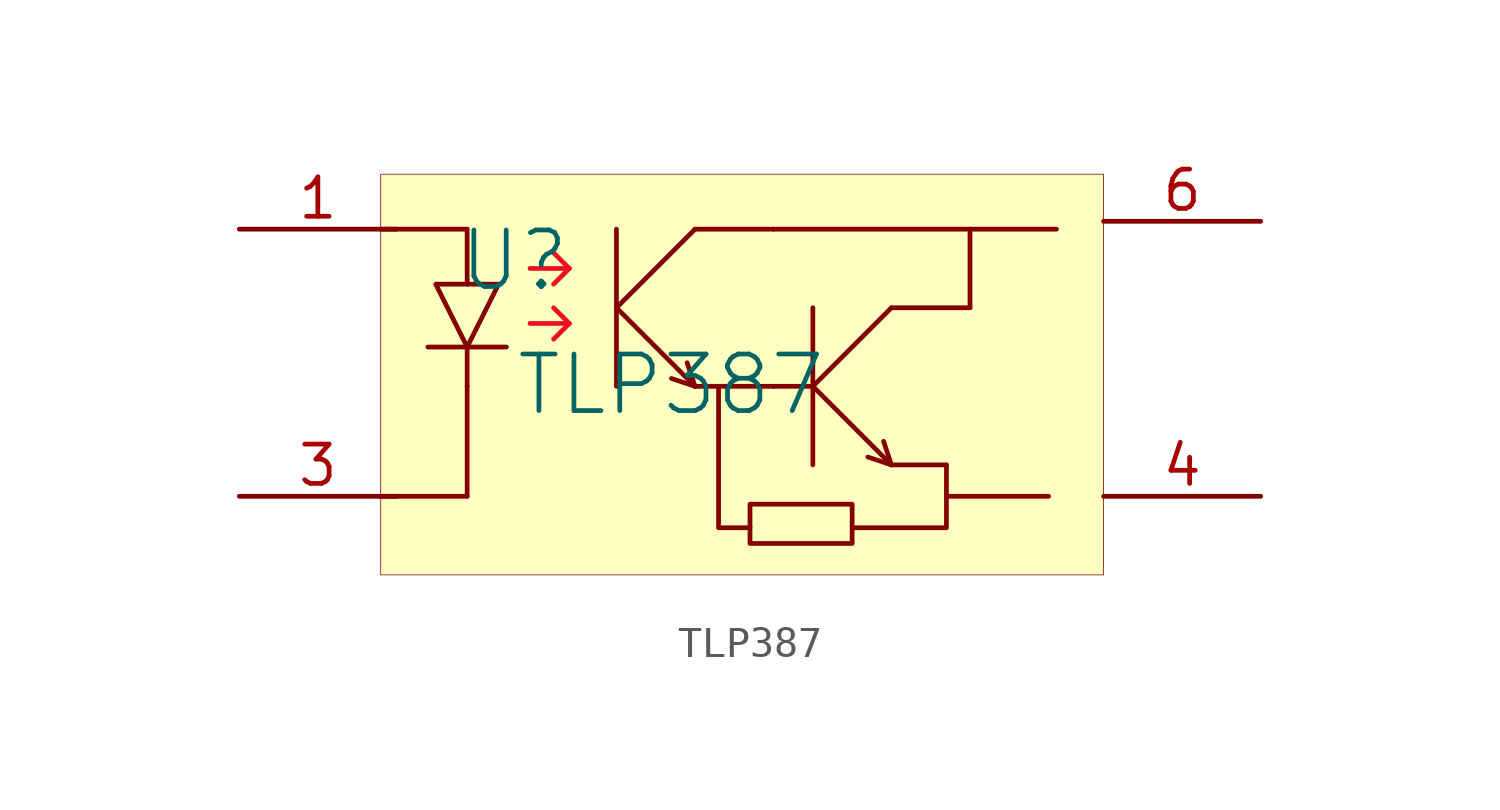
<source format=kicad_sym>
(kicad_symbol_lib
  (version 20241209)
  (generator "kicad_symbol_editor")
  (generator_version "9.0")
  (symbol "TLP387"
    (pin_names
      (hide yes))
    (property "Reference" "U"
      (at -1.27 1.27 0)
      (effects (font (size 1.829 1.829))))
    (property "Value" "TLP387"
      (at -1.27 -3.81 0)
      (effects (font (size 1.829 1.829)) (justify left bottom)))
    (symbol "TLP387_1_0"
      (polyline (pts (xy -5.588 2.286) (xy -2.794 2.286)) (stroke (width 0) (type solid)) (fill (type none)))
      (polyline (pts (xy -5.588 -6.35) (xy -2.794 -6.35)) (stroke (width 0) (type solid)) (fill (type none)))
      (polyline (pts (xy -4.064 -1.524) (xy -1.524 -1.524)) (stroke (width 0) (type solid)) (fill (type none)))
      (polyline (pts (xy -3.81 0.508) (xy -1.778 0.508) (xy -2.794 -1.524) (xy -3.81 0.508)) (stroke (width 0) (type solid)) (fill (type none)))
      (polyline (pts (xy -2.794 0.508) (xy -2.794 2.286)) (stroke (width 0) (type solid)) (fill (type none)))
      (polyline (pts (xy -2.794 -2.794) (xy -2.794 -1.524)) (stroke (width 0) (type solid)) (fill (type none)))
      (polyline (pts (xy -2.794 -2.794) (xy -2.794 -6.35)) (stroke (width 0) (type solid)) (fill (type none)))
      (polyline (pts (xy -0.762 1.016) (xy 0.508 1.016)) (stroke (width 0) (type solid) (color 238 14 34 1)) (fill (type none)))
      (polyline (pts (xy -0.762 -0.762) (xy 0.508 -0.762)) (stroke (width 0) (type solid) (color 238 14 34 1)) (fill (type none)))
      (polyline (pts (xy 0 1.524) (xy 0.508 1.016)) (stroke (width 0) (type solid) (color 238 14 34 1)) (fill (type none)))
      (polyline (pts (xy 0 0.508) (xy 0.508 1.016)) (stroke (width 0) (type solid) (color 238 14 34 1)) (fill (type none)))
      (polyline (pts (xy 0 -0.254) (xy 0.508 -0.762)) (stroke (width 0) (type solid) (color 238 14 34 1)) (fill (type none)))
      (polyline (pts (xy 0 -1.27) (xy 0.508 -0.762)) (stroke (width 0) (type solid) (color 238 14 34 1)) (fill (type none)))
      (polyline (pts (xy 2.032 -0.254) (xy 4.572 2.286)) (stroke (width 0) (type solid)) (fill (type none)))
      (polyline (pts (xy 2.032 -0.254) (xy 4.572 -2.794)) (stroke (width 0) (type solid)) (fill (type none)))
      (polyline (pts (xy 2.032 -2.794) (xy 2.032 2.286)) (stroke (width 0) (type solid)) (fill (type none)))
      (polyline (pts (xy 4.572 -2.794) (xy 3.81 -2.54)) (stroke (width 0) (type solid)) (fill (type none)))
      (polyline (pts (xy 4.572 -2.794) (xy 4.318 -2.032)) (stroke (width 0) (type solid)) (fill (type none)))
      (polyline (pts (xy 6.35 -6.604) (xy 9.652 -6.604) (xy 9.652 -7.874) (xy 6.35 -7.874) (xy 6.35 -6.604)) (stroke (width 0) (type solid)) (fill (type none)))
      (polyline (pts (xy 6.35 -7.366) (xy 5.334 -7.366) (xy 5.334 -2.794)) (stroke (width 0) (type solid)) (fill (type none)))
      (polyline (pts (xy 7.112 2.286) (xy 4.572 2.286)) (stroke (width 0) (type solid)) (fill (type none)))
      (polyline (pts (xy 7.112 2.286) (xy 13.462 2.286) (xy 13.462 -0.254)) (stroke (width 0) (type solid)) (fill (type none)))
      (polyline (pts (xy 7.112 -2.794) (xy 4.572 -2.794)) (stroke (width 0) (type solid)) (fill (type none)))
      (polyline (pts (xy 7.112 -2.794) (xy 8.382 -2.794)) (stroke (width 0) (type solid)) (fill (type none)))
      (polyline (pts (xy 8.382 -2.794) (xy 10.922 -0.254)) (stroke (width 0) (type solid)) (fill (type none)))
      (polyline (pts (xy 8.382 -2.794) (xy 10.922 -5.334)) (stroke (width 0) (type solid)) (fill (type none)))
      (polyline (pts (xy 8.382 -5.334) (xy 8.382 -0.254)) (stroke (width 0) (type solid)) (fill (type none)))
      (polyline (pts (xy 9.652 -7.366) (xy 12.7 -7.366) (xy 12.7 -5.334)) (stroke (width 0) (type solid)) (fill (type none)))
      (polyline (pts (xy 10.922 -5.334) (xy 10.16 -5.08)) (stroke (width 0) (type solid)) (fill (type none)))
      (polyline (pts (xy 10.922 -5.334) (xy 10.668 -4.572)) (stroke (width 0) (type solid)) (fill (type none)))
      (polyline (pts (xy 10.922 -5.334) (xy 12.7 -5.334)) (stroke (width 0) (type solid)) (fill (type none)))
      (polyline (pts (xy 12.7 -6.35) (xy 16.002 -6.35)) (stroke (width 0) (type solid)) (fill (type none)))
      (polyline (pts (xy 13.462 2.286) (xy 16.256 2.286)) (stroke (width 0) (type solid)) (fill (type none)))
      (polyline (pts (xy 13.462 -0.254) (xy 10.922 -0.254)) (stroke (width 0) (type solid)) (fill (type none)))
      (rectangle (start 17.78 4.064) (end -5.588 -8.89) (stroke (width 0.025) (type solid) (color 128 0 0 1)) (fill (type background)))
      (pin passive line (at -10.16 2.286 0) (length 5.08) (name "A" (effects (font (size 1.27 1.27)))) (number "1" (effects (font (size 1.27 1.27)))))
      (pin passive line (at -10.16 -6.35 0) (length 5.08) (name "K" (effects (font (size 1.27 1.27)))) (number "3" (effects (font (size 1.27 1.27)))))
      (pin passive line (at 22.86 2.54 180) (length 5.08) (name "C" (effects (font (size 1.27 1.27)))) (number "6" (effects (font (size 1.27 1.27)))))
      (pin passive line (at 22.86 -6.35 180) (length 5.08) (name "E" (effects (font (size 1.27 1.27)))) (number "4" (effects (font (size 1.27 1.27))))))))
</source>
